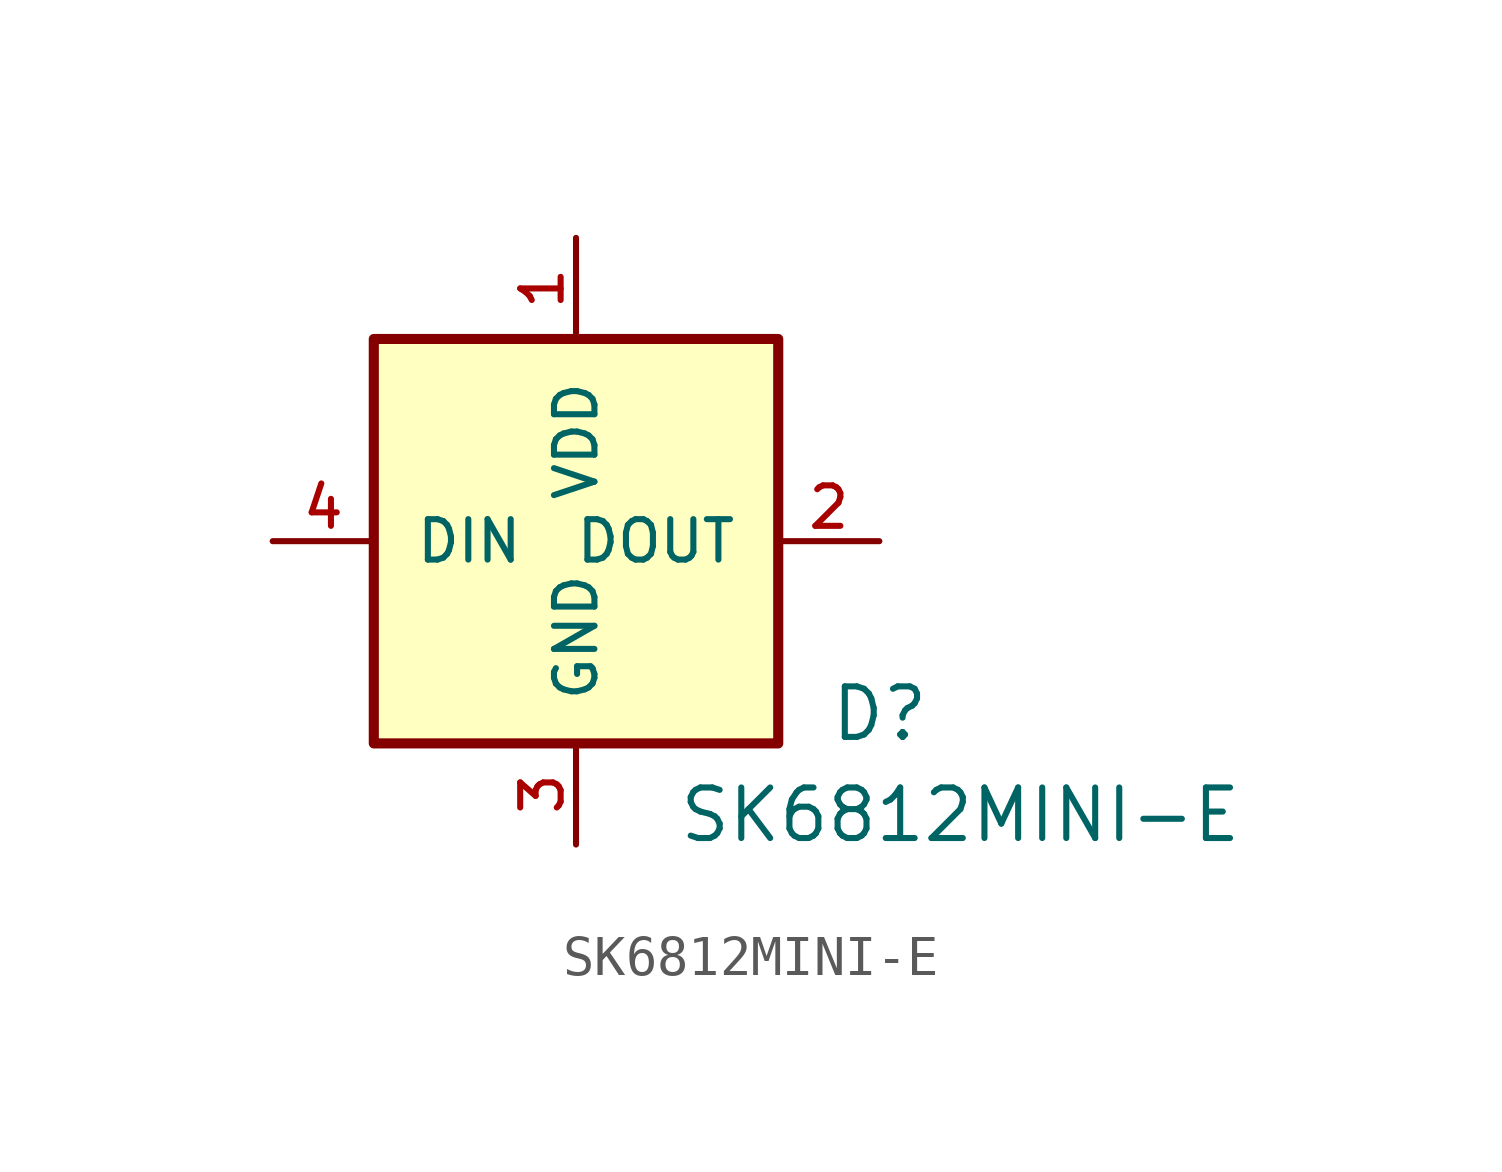
<source format=kicad_sym>
(kicad_symbol_lib
  (version 20211014)
  (generator kicad_symbol_editor)
  (symbol "SK6812MINI-E"
    (pin_names
      (offset 1.016))
    (property "Reference" "D"
      (at 6.35 -6.35 0)
      (effects (font (size 1.27 1.27)) (justify left bottom)))
    (property "Value" "SK6812MINI-E"
      (at 2.54 -8.89 0)
      (effects (font (size 1.27 1.27)) (justify left bottom)))
    (property "ki_locked" ""
      (at 0 0 0)
      (effects (font (size 1.27 1.27))))
    (symbol "SK6812MINI-E_0_0"
      (rectangle (start -5.08 3.81) (end 5.08 -6.35) (stroke (width 0.254) (type default) (color 0 0 0 0)) (fill (type background)))
      (pin power_in line (at 0 6.35 270) (length 2.54) (name "VDD" (effects (font (size 1.016 1.016)))) (number "1" (effects (font (size 1.016 1.016)))))
      (pin output line (at 7.62 -1.27 180) (length 2.54) (name "DOUT" (effects (font (size 1.016 1.016)))) (number "2" (effects (font (size 1.016 1.016)))))
      (pin power_in line (at 0 -8.89 90) (length 2.54) (name "GND" (effects (font (size 1.016 1.016)))) (number "3" (effects (font (size 1.016 1.016)))))
      (pin input line (at -7.62 -1.27 0) (length 2.54) (name "DIN" (effects (font (size 1.016 1.016)))) (number "4" (effects (font (size 1.016 1.016))))))))
</source>
